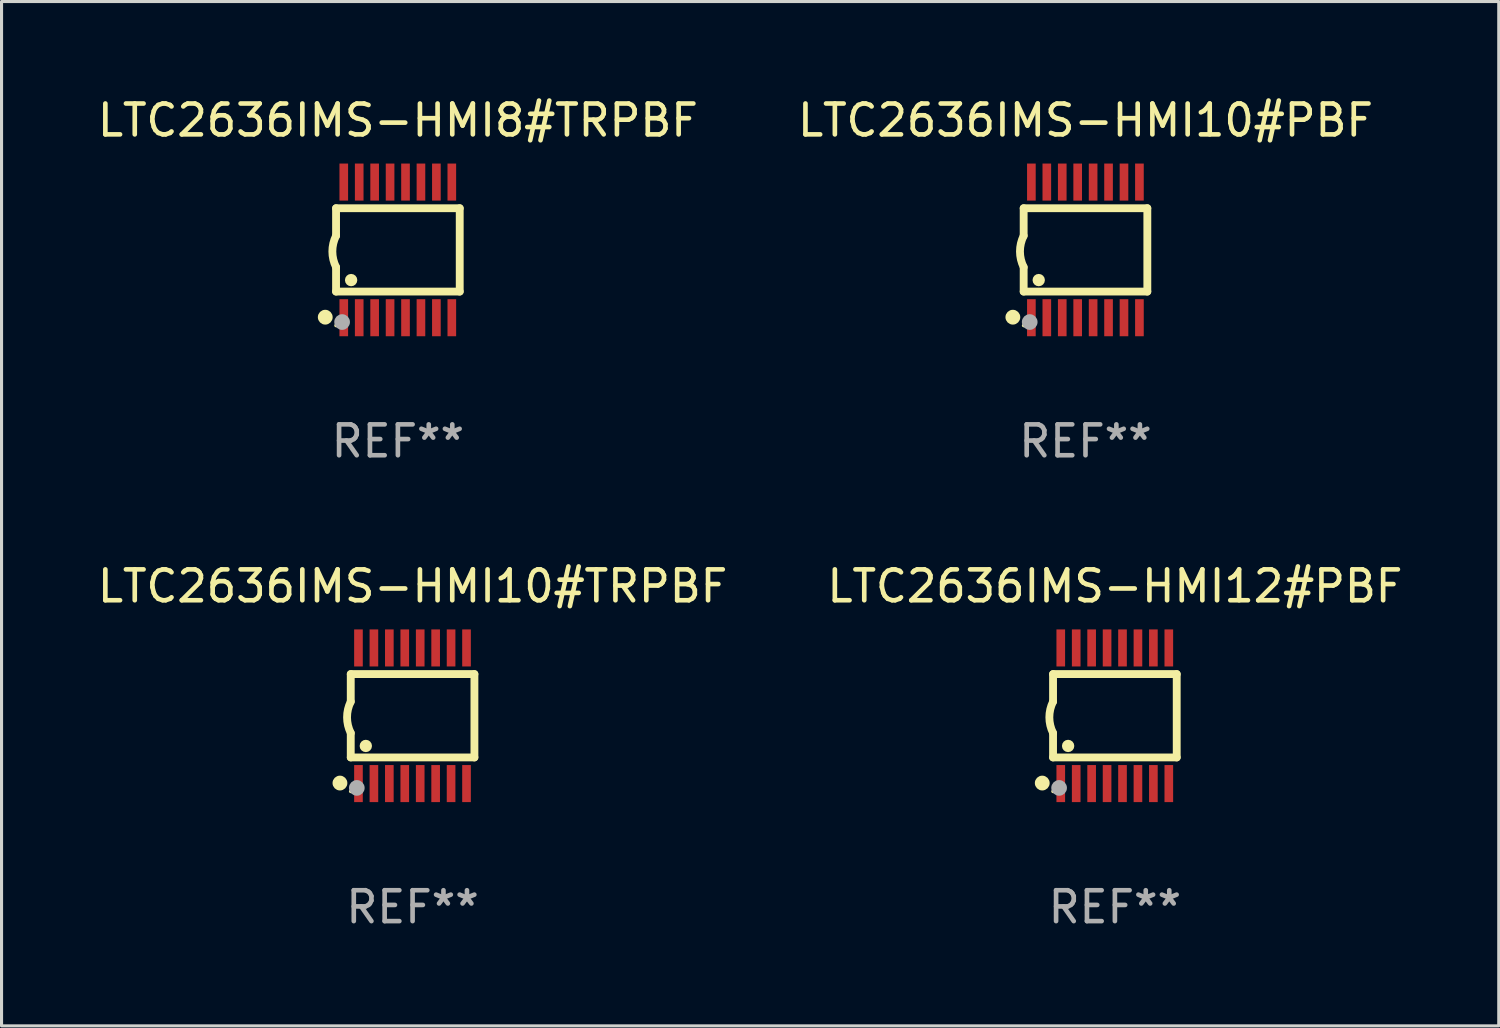
<source format=kicad_pcb>
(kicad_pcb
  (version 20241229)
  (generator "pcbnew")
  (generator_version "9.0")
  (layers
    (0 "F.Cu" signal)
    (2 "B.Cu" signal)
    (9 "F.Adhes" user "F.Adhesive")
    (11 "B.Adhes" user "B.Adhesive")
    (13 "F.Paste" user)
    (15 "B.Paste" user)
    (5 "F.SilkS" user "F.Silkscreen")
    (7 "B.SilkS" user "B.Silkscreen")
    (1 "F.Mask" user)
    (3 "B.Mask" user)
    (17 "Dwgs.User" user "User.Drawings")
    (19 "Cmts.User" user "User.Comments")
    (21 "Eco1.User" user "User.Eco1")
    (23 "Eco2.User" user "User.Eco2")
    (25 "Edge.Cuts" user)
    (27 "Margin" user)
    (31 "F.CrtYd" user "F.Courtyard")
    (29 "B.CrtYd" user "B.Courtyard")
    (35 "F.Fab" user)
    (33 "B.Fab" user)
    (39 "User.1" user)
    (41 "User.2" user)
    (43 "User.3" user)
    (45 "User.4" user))
  (footprint "LTC2636IMS-HMI12#PBF"
    (layer "F.Cu")
    (at 33.065 20.136)
    (property "Reference" "LTC2636IMS-HMI12#PBF" (at 0 -4.197 0) (layer "F.SilkS") (effects (font (size 1 1) (thickness 0.15))))
    (attr through_hole)
    (fp_line (start -2.003 -1.35) (end -2.003 -0.457) (stroke (width 0.254) (type solid)) (layer "F.SilkS"))
    (fp_line (start -2.003 -1.35) (end 2.003 -1.35) (stroke (width 0.254) (type solid)) (layer "F.SilkS"))
    (fp_line (start -2.003 1.35) (end -2.003 0.559) (stroke (width 0.254) (type solid)) (layer "F.SilkS"))
    (fp_line (start -2.003 1.35) (end 2.003 1.35) (stroke (width 0.254) (type solid)) (layer "F.SilkS"))
    (fp_line (start 2.003 -1.35) (end 2.003 1.35) (stroke (width 0.254) (type solid)) (layer "F.SilkS"))
    (fp_arc (start -2.002286 0.558802) (mid -2.122556 0.05092) (end -2.003302 -0.457201) (stroke (width 0.254001) (type solid)) (layer "F.SilkS"))
    (fp_circle (center -2.353 2.18) (end -2.233 2.18) (stroke (width 0.24) (type solid)) (fill no) (layer "F.SilkS"))
    (fp_circle (center -2.003 2.45) (end -1.973 2.45) (stroke (width 0.06) (type solid)) (fill no) (layer "F.SilkS"))
    (fp_circle (center -1.515 0.978) (end -1.415 0.978) (stroke (width 0.2) (type solid)) (fill no) (layer "F.SilkS"))
    (fp_circle (center -1.807 2.337) (end -1.68 2.337) (stroke (width 0.254) (type solid)) (fill no) (layer "F.Fab"))
    (fp_text user "REF**" (at 0 6.197 0) (layer "F.Fab") (effects (font (size 1 1) (thickness 0.15))))
    (pad "1" smd rect (at -1.753 2.197 90) (size 1.2 0.28) (layers "F.Cu" "F.Mask" "F.Paste"))
    (pad "2" smd rect (at -1.253 2.197 90) (size 1.2 0.28) (layers "F.Cu" "F.Mask" "F.Paste"))
    (pad "3" smd rect (at -0.753 2.197 90) (size 1.2 0.28) (layers "F.Cu" "F.Mask" "F.Paste"))
    (pad "4" smd rect (at -0.253 2.197 90) (size 1.2 0.28) (layers "F.Cu" "F.Mask" "F.Paste"))
    (pad "5" smd rect (at 0.247 2.197 90) (size 1.2 0.28) (layers "F.Cu" "F.Mask" "F.Paste"))
    (pad "6" smd rect (at 0.747 2.197 90) (size 1.2 0.28) (layers "F.Cu" "F.Mask" "F.Paste"))
    (pad "7" smd rect (at 1.247 2.197 90) (size 1.2 0.28) (layers "F.Cu" "F.Mask" "F.Paste"))
    (pad "8" smd rect (at 1.747 2.197 90) (size 1.2 0.28) (layers "F.Cu" "F.Mask" "F.Paste"))
    (pad "9" smd rect (at 1.747 -2.197 90) (size 1.2 0.28) (layers "F.Cu" "F.Mask" "F.Paste"))
    (pad "10" smd rect (at 1.247 -2.197 90) (size 1.2 0.28) (layers "F.Cu" "F.Mask" "F.Paste"))
    (pad "11" smd rect (at 0.747 -2.197 90) (size 1.2 0.28) (layers "F.Cu" "F.Mask" "F.Paste"))
    (pad "12" smd rect (at 0.247 -2.197 90) (size 1.2 0.28) (layers "F.Cu" "F.Mask" "F.Paste"))
    (pad "13" smd rect (at -0.253 -2.197 90) (size 1.2 0.28) (layers "F.Cu" "F.Mask" "F.Paste"))
    (pad "14" smd rect (at -0.753 -2.197 90) (size 1.2 0.28) (layers "F.Cu" "F.Mask" "F.Paste"))
    (pad "15" smd rect (at -1.253 -2.197 90) (size 1.2 0.28) (layers "F.Cu" "F.Mask" "F.Paste"))
    (pad "16" smd rect (at -1.753 -2.197 90) (size 1.2 0.28) (layers "F.Cu" "F.Mask" "F.Paste")))
  (footprint "LTC2636IMS-HMI10#PBF"
    (layer "F.Cu")
    (at 32.113 5.045)
    (property "Reference" "LTC2636IMS-HMI10#PBF" (at 0 -4.197 0) (layer "F.SilkS") (effects (font (size 1 1) (thickness 0.15))))
    (attr through_hole)
    (fp_line (start -2.003 -1.35) (end -2.003 -0.457) (stroke (width 0.254) (type solid)) (layer "F.SilkS"))
    (fp_line (start -2.003 -1.35) (end 2.003 -1.35) (stroke (width 0.254) (type solid)) (layer "F.SilkS"))
    (fp_line (start -2.003 1.35) (end -2.003 0.559) (stroke (width 0.254) (type solid)) (layer "F.SilkS"))
    (fp_line (start -2.003 1.35) (end 2.003 1.35) (stroke (width 0.254) (type solid)) (layer "F.SilkS"))
    (fp_line (start 2.003 -1.35) (end 2.003 1.35) (stroke (width 0.254) (type solid)) (layer "F.SilkS"))
    (fp_arc (start -2.002286 0.558802) (mid -2.122556 0.05092) (end -2.003302 -0.457201) (stroke (width 0.254001) (type solid)) (layer "F.SilkS"))
    (fp_circle (center -2.353 2.18) (end -2.233 2.18) (stroke (width 0.24) (type solid)) (fill no) (layer "F.SilkS"))
    (fp_circle (center -2.003 2.45) (end -1.973 2.45) (stroke (width 0.06) (type solid)) (fill no) (layer "F.SilkS"))
    (fp_circle (center -1.515 0.978) (end -1.415 0.978) (stroke (width 0.2) (type solid)) (fill no) (layer "F.SilkS"))
    (fp_circle (center -1.807 2.337) (end -1.68 2.337) (stroke (width 0.254) (type solid)) (fill no) (layer "F.Fab"))
    (fp_text user "REF**" (at 0 6.197 0) (layer "F.Fab") (effects (font (size 1 1) (thickness 0.15))))
    (pad "1" smd rect (at -1.753 2.197 90) (size 1.2 0.28) (layers "F.Cu" "F.Mask" "F.Paste"))
    (pad "2" smd rect (at -1.253 2.197 90) (size 1.2 0.28) (layers "F.Cu" "F.Mask" "F.Paste"))
    (pad "3" smd rect (at -0.753 2.197 90) (size 1.2 0.28) (layers "F.Cu" "F.Mask" "F.Paste"))
    (pad "4" smd rect (at -0.253 2.197 90) (size 1.2 0.28) (layers "F.Cu" "F.Mask" "F.Paste"))
    (pad "5" smd rect (at 0.247 2.197 90) (size 1.2 0.28) (layers "F.Cu" "F.Mask" "F.Paste"))
    (pad "6" smd rect (at 0.747 2.197 90) (size 1.2 0.28) (layers "F.Cu" "F.Mask" "F.Paste"))
    (pad "7" smd rect (at 1.247 2.197 90) (size 1.2 0.28) (layers "F.Cu" "F.Mask" "F.Paste"))
    (pad "8" smd rect (at 1.747 2.197 90) (size 1.2 0.28) (layers "F.Cu" "F.Mask" "F.Paste"))
    (pad "9" smd rect (at 1.747 -2.197 90) (size 1.2 0.28) (layers "F.Cu" "F.Mask" "F.Paste"))
    (pad "10" smd rect (at 1.247 -2.197 90) (size 1.2 0.28) (layers "F.Cu" "F.Mask" "F.Paste"))
    (pad "11" smd rect (at 0.747 -2.197 90) (size 1.2 0.28) (layers "F.Cu" "F.Mask" "F.Paste"))
    (pad "12" smd rect (at 0.247 -2.197 90) (size 1.2 0.28) (layers "F.Cu" "F.Mask" "F.Paste"))
    (pad "13" smd rect (at -0.253 -2.197 90) (size 1.2 0.28) (layers "F.Cu" "F.Mask" "F.Paste"))
    (pad "14" smd rect (at -0.753 -2.197 90) (size 1.2 0.28) (layers "F.Cu" "F.Mask" "F.Paste"))
    (pad "15" smd rect (at -1.253 -2.197 90) (size 1.2 0.28) (layers "F.Cu" "F.Mask" "F.Paste"))
    (pad "16" smd rect (at -1.753 -2.197 90) (size 1.2 0.28) (layers "F.Cu" "F.Mask" "F.Paste")))
  (footprint "LTC2636IMS-HMI8#TRPBF"
    (layer "F.Cu")
    (at 9.839 5.045)
    (property "Reference" "LTC2636IMS-HMI8#TRPBF" (at 0 -4.197 0) (layer "F.SilkS") (effects (font (size 1 1) (thickness 0.15))))
    (attr through_hole)
    (fp_line (start -2.003 -1.35) (end -2.003 -0.457) (stroke (width 0.254) (type solid)) (layer "F.SilkS"))
    (fp_line (start -2.003 -1.35) (end 2.003 -1.35) (stroke (width 0.254) (type solid)) (layer "F.SilkS"))
    (fp_line (start -2.003 1.35) (end -2.003 0.559) (stroke (width 0.254) (type solid)) (layer "F.SilkS"))
    (fp_line (start -2.003 1.35) (end 2.003 1.35) (stroke (width 0.254) (type solid)) (layer "F.SilkS"))
    (fp_line (start 2.003 -1.35) (end 2.003 1.35) (stroke (width 0.254) (type solid)) (layer "F.SilkS"))
    (fp_arc (start -2.002286 0.558802) (mid -2.122556 0.05092) (end -2.003302 -0.457201) (stroke (width 0.254001) (type solid)) (layer "F.SilkS"))
    (fp_circle (center -2.353 2.18) (end -2.233 2.18) (stroke (width 0.24) (type solid)) (fill no) (layer "F.SilkS"))
    (fp_circle (center -2.003 2.45) (end -1.973 2.45) (stroke (width 0.06) (type solid)) (fill no) (layer "F.SilkS"))
    (fp_circle (center -1.515 0.978) (end -1.415 0.978) (stroke (width 0.2) (type solid)) (fill no) (layer "F.SilkS"))
    (fp_circle (center -1.807 2.337) (end -1.68 2.337) (stroke (width 0.254) (type solid)) (fill no) (layer "F.Fab"))
    (fp_text user "REF**" (at 0 6.197 0) (layer "F.Fab") (effects (font (size 1 1) (thickness 0.15))))
    (pad "1" smd rect (at -1.753 2.197 90) (size 1.2 0.28) (layers "F.Cu" "F.Mask" "F.Paste"))
    (pad "2" smd rect (at -1.253 2.197 90) (size 1.2 0.28) (layers "F.Cu" "F.Mask" "F.Paste"))
    (pad "3" smd rect (at -0.753 2.197 90) (size 1.2 0.28) (layers "F.Cu" "F.Mask" "F.Paste"))
    (pad "4" smd rect (at -0.253 2.197 90) (size 1.2 0.28) (layers "F.Cu" "F.Mask" "F.Paste"))
    (pad "5" smd rect (at 0.247 2.197 90) (size 1.2 0.28) (layers "F.Cu" "F.Mask" "F.Paste"))
    (pad "6" smd rect (at 0.747 2.197 90) (size 1.2 0.28) (layers "F.Cu" "F.Mask" "F.Paste"))
    (pad "7" smd rect (at 1.247 2.197 90) (size 1.2 0.28) (layers "F.Cu" "F.Mask" "F.Paste"))
    (pad "8" smd rect (at 1.747 2.197 90) (size 1.2 0.28) (layers "F.Cu" "F.Mask" "F.Paste"))
    (pad "9" smd rect (at 1.747 -2.197 90) (size 1.2 0.28) (layers "F.Cu" "F.Mask" "F.Paste"))
    (pad "10" smd rect (at 1.247 -2.197 90) (size 1.2 0.28) (layers "F.Cu" "F.Mask" "F.Paste"))
    (pad "11" smd rect (at 0.747 -2.197 90) (size 1.2 0.28) (layers "F.Cu" "F.Mask" "F.Paste"))
    (pad "12" smd rect (at 0.247 -2.197 90) (size 1.2 0.28) (layers "F.Cu" "F.Mask" "F.Paste"))
    (pad "13" smd rect (at -0.253 -2.197 90) (size 1.2 0.28) (layers "F.Cu" "F.Mask" "F.Paste"))
    (pad "14" smd rect (at -0.753 -2.197 90) (size 1.2 0.28) (layers "F.Cu" "F.Mask" "F.Paste"))
    (pad "15" smd rect (at -1.253 -2.197 90) (size 1.2 0.28) (layers "F.Cu" "F.Mask" "F.Paste"))
    (pad "16" smd rect (at -1.753 -2.197 90) (size 1.2 0.28) (layers "F.Cu" "F.Mask" "F.Paste")))
  (footprint "LTC2636IMS-HMI10#TRPBF"
    (layer "F.Cu")
    (at 10.315 20.136)
    (property "Reference" "LTC2636IMS-HMI10#TRPBF" (at 0 -4.197 0) (layer "F.SilkS") (effects (font (size 1 1) (thickness 0.15))))
    (attr through_hole)
    (fp_line (start -2.003 -1.35) (end -2.003 -0.457) (stroke (width 0.254) (type solid)) (layer "F.SilkS"))
    (fp_line (start -2.003 -1.35) (end 2.003 -1.35) (stroke (width 0.254) (type solid)) (layer "F.SilkS"))
    (fp_line (start -2.003 1.35) (end -2.003 0.559) (stroke (width 0.254) (type solid)) (layer "F.SilkS"))
    (fp_line (start -2.003 1.35) (end 2.003 1.35) (stroke (width 0.254) (type solid)) (layer "F.SilkS"))
    (fp_line (start 2.003 -1.35) (end 2.003 1.35) (stroke (width 0.254) (type solid)) (layer "F.SilkS"))
    (fp_arc (start -2.002286 0.558802) (mid -2.122556 0.05092) (end -2.003302 -0.457201) (stroke (width 0.254001) (type solid)) (layer "F.SilkS"))
    (fp_circle (center -2.353 2.18) (end -2.233 2.18) (stroke (width 0.24) (type solid)) (fill no) (layer "F.SilkS"))
    (fp_circle (center -2.003 2.45) (end -1.973 2.45) (stroke (width 0.06) (type solid)) (fill no) (layer "F.SilkS"))
    (fp_circle (center -1.515 0.978) (end -1.415 0.978) (stroke (width 0.2) (type solid)) (fill no) (layer "F.SilkS"))
    (fp_circle (center -1.807 2.337) (end -1.68 2.337) (stroke (width 0.254) (type solid)) (fill no) (layer "F.Fab"))
    (fp_text user "REF**" (at 0 6.197 0) (layer "F.Fab") (effects (font (size 1 1) (thickness 0.15))))
    (pad "1" smd rect (at -1.753 2.197 90) (size 1.2 0.28) (layers "F.Cu" "F.Mask" "F.Paste"))
    (pad "2" smd rect (at -1.253 2.197 90) (size 1.2 0.28) (layers "F.Cu" "F.Mask" "F.Paste"))
    (pad "3" smd rect (at -0.753 2.197 90) (size 1.2 0.28) (layers "F.Cu" "F.Mask" "F.Paste"))
    (pad "4" smd rect (at -0.253 2.197 90) (size 1.2 0.28) (layers "F.Cu" "F.Mask" "F.Paste"))
    (pad "5" smd rect (at 0.247 2.197 90) (size 1.2 0.28) (layers "F.Cu" "F.Mask" "F.Paste"))
    (pad "6" smd rect (at 0.747 2.197 90) (size 1.2 0.28) (layers "F.Cu" "F.Mask" "F.Paste"))
    (pad "7" smd rect (at 1.247 2.197 90) (size 1.2 0.28) (layers "F.Cu" "F.Mask" "F.Paste"))
    (pad "8" smd rect (at 1.747 2.197 90) (size 1.2 0.28) (layers "F.Cu" "F.Mask" "F.Paste"))
    (pad "9" smd rect (at 1.747 -2.197 90) (size 1.2 0.28) (layers "F.Cu" "F.Mask" "F.Paste"))
    (pad "10" smd rect (at 1.247 -2.197 90) (size 1.2 0.28) (layers "F.Cu" "F.Mask" "F.Paste"))
    (pad "11" smd rect (at 0.747 -2.197 90) (size 1.2 0.28) (layers "F.Cu" "F.Mask" "F.Paste"))
    (pad "12" smd rect (at 0.247 -2.197 90) (size 1.2 0.28) (layers "F.Cu" "F.Mask" "F.Paste"))
    (pad "13" smd rect (at -0.253 -2.197 90) (size 1.2 0.28) (layers "F.Cu" "F.Mask" "F.Paste"))
    (pad "14" smd rect (at -0.753 -2.197 90) (size 1.2 0.28) (layers "F.Cu" "F.Mask" "F.Paste"))
    (pad "15" smd rect (at -1.253 -2.197 90) (size 1.2 0.28) (layers "F.Cu" "F.Mask" "F.Paste"))
    (pad "16" smd rect (at -1.753 -2.197 90) (size 1.2 0.28) (layers "F.Cu" "F.Mask" "F.Paste")))
  (gr_rect
    (start -3 -3)
    (end 45.5 30.181)
    (stroke (width 0.1) (type default))
    (fill no)
    (layer "Edge.Cuts")))
</source>
